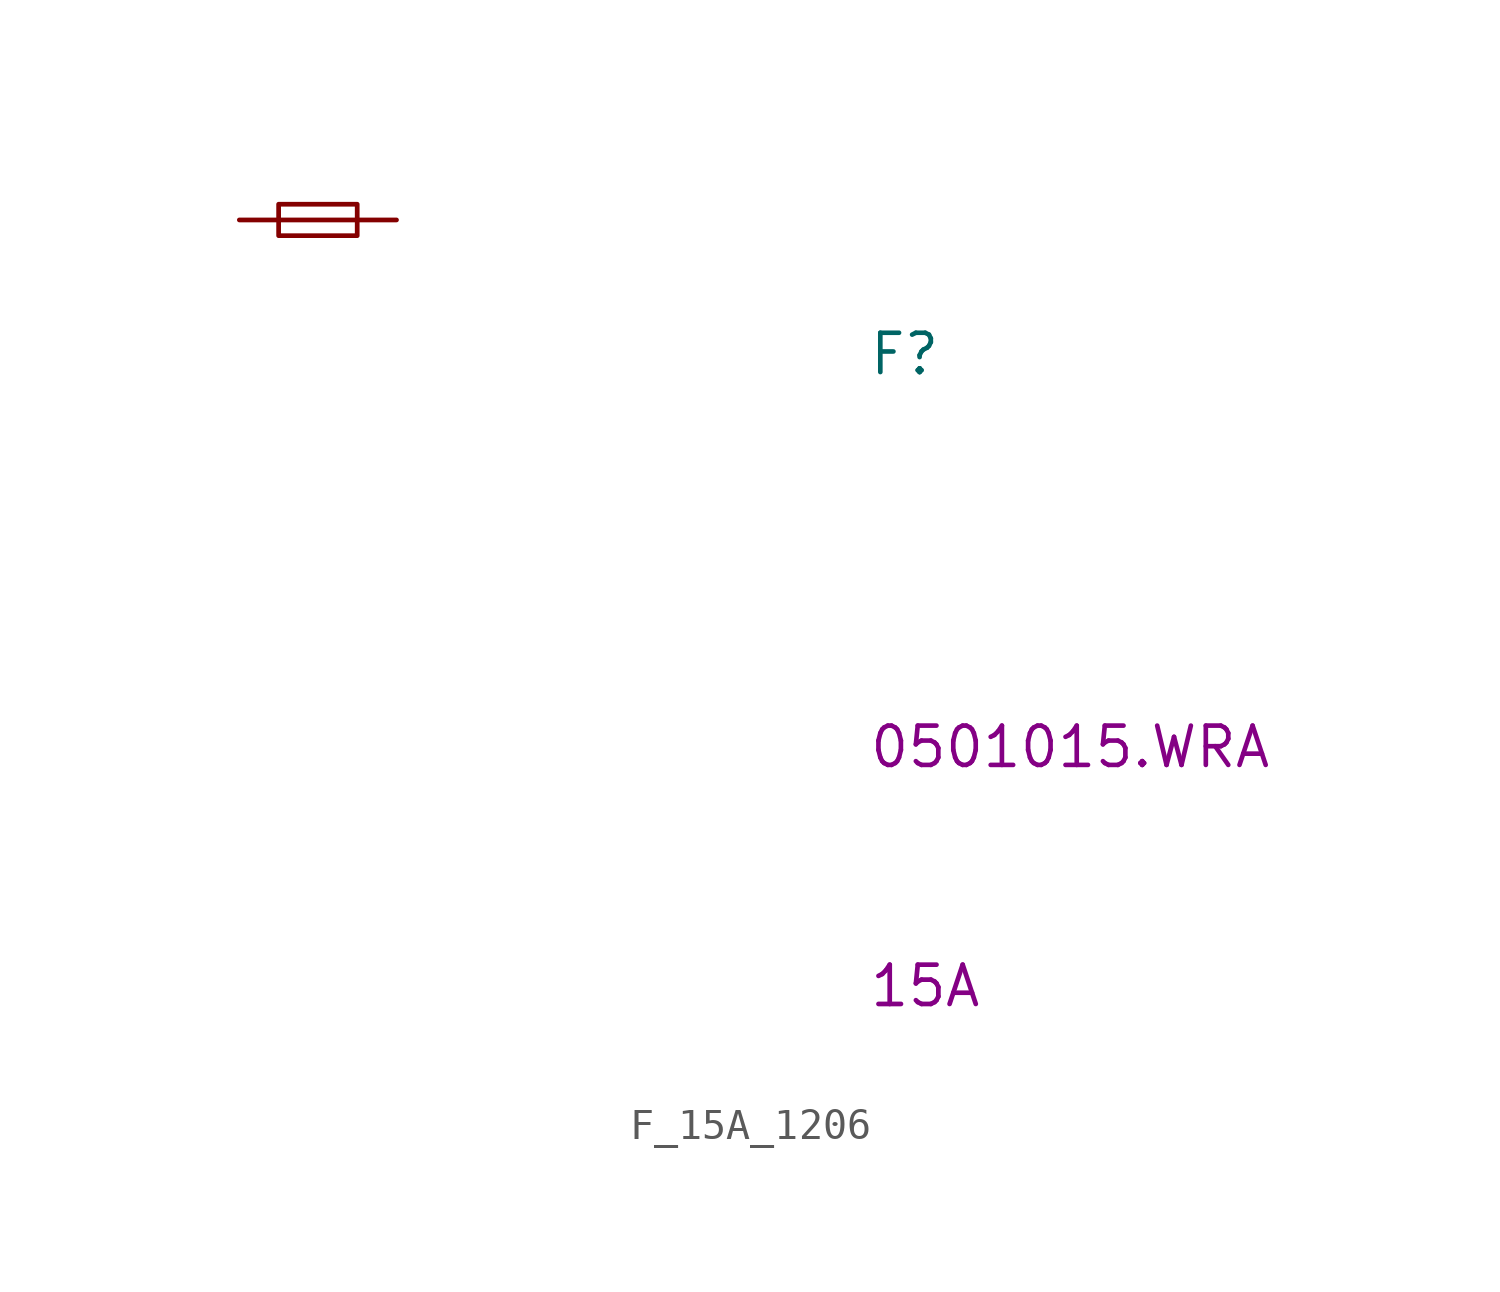
<source format=kicad_sym>
(kicad_symbol_lib
  (version 20220914)
  (generator kicad_symbol_editor)
  (symbol "F_15A_1206"
    (pin_numbers hide)
    (pin_names
      (offset 1.016) hide)
    (property "Reference" "F"
      (at 20.32 -5.08 0)
      (effects (font (size 1.27 1.27) (thickness 0.15)) (justify left bottom)))
    (property "MPN" "0501015.WRA\n"
      (at 20.32 -17.78 0)
      (effects (font (size 1.27 1.27) (thickness 0.15)) (justify left bottom)))
    (property "Val" "15A"
      (at 20.32 -24.765 0)
      (effects (font (size 1.27 1.27)) (justify left)))
    (symbol "F_15A_1206_0_1"
      (polyline (pts (xy 1.27 0) (xy 3.81 0)) (stroke (width 0) (type default)) (fill (type none)))
      (rectangle (start 1.27 0.508) (end 3.81 -0.508) (stroke (width 0) (type default)) (fill (type none))))
    (symbol "F_15A_1206_1_1"
      (pin passive line (at 0 0 0) (length 1.27) (name "~" (effects (font (size 1.27 1.27)))) (number "1" (effects (font (size 1.27 1.27)))))
      (pin passive line (at 5.08 0 180) (length 1.27) (name "~" (effects (font (size 1.27 1.27)))) (number "2" (effects (font (size 1.27 1.27))))))))
</source>
